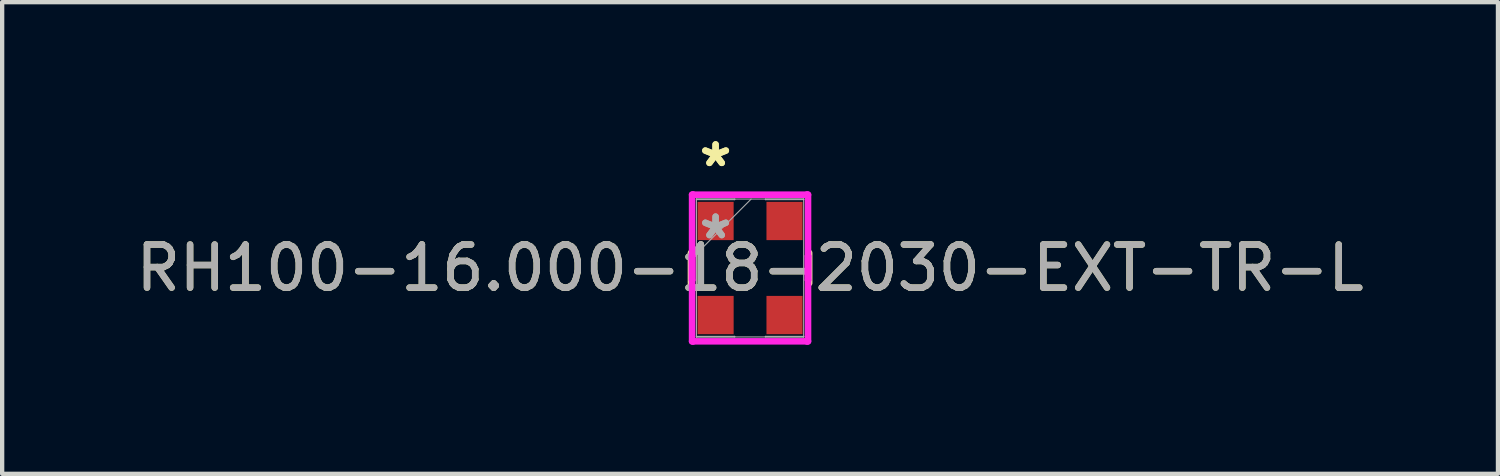
<source format=kicad_pcb>
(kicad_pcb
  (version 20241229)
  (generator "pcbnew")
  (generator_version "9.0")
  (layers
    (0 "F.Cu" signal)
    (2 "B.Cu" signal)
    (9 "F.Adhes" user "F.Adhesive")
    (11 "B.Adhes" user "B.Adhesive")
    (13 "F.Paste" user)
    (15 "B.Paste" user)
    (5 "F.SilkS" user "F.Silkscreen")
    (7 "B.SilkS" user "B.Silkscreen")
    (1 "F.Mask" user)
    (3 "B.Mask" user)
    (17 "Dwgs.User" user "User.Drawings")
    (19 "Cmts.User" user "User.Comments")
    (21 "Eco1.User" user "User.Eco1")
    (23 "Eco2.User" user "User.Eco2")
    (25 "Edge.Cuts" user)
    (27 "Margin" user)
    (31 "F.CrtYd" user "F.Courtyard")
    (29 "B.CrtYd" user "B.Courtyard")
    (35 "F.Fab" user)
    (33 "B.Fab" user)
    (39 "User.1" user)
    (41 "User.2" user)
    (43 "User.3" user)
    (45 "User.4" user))
  (footprint "RH100-16.000-18-2030-EXT-TR-L"
    (layer "F.Cu")
    (at 14.363 3.172)
    (property "Reference" "RH100-16.000-18-2030-EXT-TR-L" (at 0 0 0) (unlocked yes) (layer "F.SilkS") (effects (font (size 1 1) (thickness 0.15))))
    (attr smd)
    (fp_line (start -1.372 -0.352) (end -1.372 0.352) (stroke (width 0.152) (type solid)) (layer "F.SilkS"))
    (fp_line (start 1.372 0.352) (end 1.372 -0.352) (stroke (width 0.152) (type solid)) (layer "F.SilkS"))
    (fp_line (start -1.346 -1.702) (end -1.321 -1.702) (stroke (width 0.152) (type solid)) (layer "F.CrtYd"))
    (fp_line (start -1.346 -0.279) (end -1.346 -0.279) (stroke (width 0.152) (type solid)) (layer "F.CrtYd"))
    (fp_line (start -1.346 -0.279) (end -1.346 0.279) (stroke (width 0.152) (type solid)) (layer "F.CrtYd"))
    (fp_line (start -1.346 0.279) (end -1.346 -1.702) (stroke (width 0.152) (type solid)) (layer "F.CrtYd"))
    (fp_line (start -1.346 0.279) (end -1.346 0.279) (stroke (width 0.152) (type solid)) (layer "F.CrtYd"))
    (fp_line (start -1.346 1.702) (end -1.346 -0.279) (stroke (width 0.152) (type solid)) (layer "F.CrtYd"))
    (fp_line (start -1.321 -1.702) (end -1.321 -1.702) (stroke (width 0.152) (type solid)) (layer "F.CrtYd"))
    (fp_line (start -1.321 -1.702) (end 1.321 -1.702) (stroke (width 0.152) (type solid)) (layer "F.CrtYd"))
    (fp_line (start -1.321 1.702) (end -1.346 1.702) (stroke (width 0.152) (type solid)) (layer "F.CrtYd"))
    (fp_line (start -1.321 1.702) (end -1.321 1.702) (stroke (width 0.152) (type solid)) (layer "F.CrtYd"))
    (fp_line (start 1.321 -1.702) (end 1.321 -1.702) (stroke (width 0.152) (type solid)) (layer "F.CrtYd"))
    (fp_line (start 1.321 -1.702) (end 1.346 -1.702) (stroke (width 0.152) (type solid)) (layer "F.CrtYd"))
    (fp_line (start 1.321 1.702) (end -1.321 1.702) (stroke (width 0.152) (type solid)) (layer "F.CrtYd"))
    (fp_line (start 1.321 1.702) (end 1.321 1.702) (stroke (width 0.152) (type solid)) (layer "F.CrtYd"))
    (fp_line (start 1.346 -1.702) (end 1.346 0.279) (stroke (width 0.152) (type solid)) (layer "F.CrtYd"))
    (fp_line (start 1.346 -0.279) (end 1.346 -0.279) (stroke (width 0.152) (type solid)) (layer "F.CrtYd"))
    (fp_line (start 1.346 -0.279) (end 1.346 1.702) (stroke (width 0.152) (type solid)) (layer "F.CrtYd"))
    (fp_line (start 1.346 0.279) (end 1.346 -0.279) (stroke (width 0.152) (type solid)) (layer "F.CrtYd"))
    (fp_line (start 1.346 0.279) (end 1.346 0.279) (stroke (width 0.152) (type solid)) (layer "F.CrtYd"))
    (fp_line (start 1.346 1.702) (end 1.321 1.702) (stroke (width 0.152) (type solid)) (layer "F.CrtYd"))
    (fp_line (start -1.245 -1.6) (end -1.245 -1.6) (stroke (width 0.025) (type solid)) (layer "F.Fab"))
    (fp_line (start -1.245 -1.6) (end -1.245 1.6) (stroke (width 0.025) (type solid)) (layer "F.Fab"))
    (fp_line (start -1.245 -1.6) (end -0.356 -1.6) (stroke (width 0.025) (type solid)) (layer "F.Fab"))
    (fp_line (start -1.245 -1.587) (end -1.245 -1.6) (stroke (width 0.025) (type solid)) (layer "F.Fab"))
    (fp_line (start -1.245 -0.33) (end 0.025 -1.6) (stroke (width 0.025) (type solid)) (layer "F.Fab"))
    (fp_line (start -1.245 1.587) (end -0.356 1.587) (stroke (width 0.025) (type solid)) (layer "F.Fab"))
    (fp_line (start -1.245 1.6) (end -1.245 1.587) (stroke (width 0.025) (type solid)) (layer "F.Fab"))
    (fp_line (start -1.245 1.6) (end -1.245 1.6) (stroke (width 0.025) (type solid)) (layer "F.Fab"))
    (fp_line (start -1.245 1.6) (end 1.245 1.6) (stroke (width 0.025) (type solid)) (layer "F.Fab"))
    (fp_line (start -0.356 -1.6) (end -0.356 -1.587) (stroke (width 0.025) (type solid)) (layer "F.Fab"))
    (fp_line (start -0.356 -1.587) (end -1.245 -1.587) (stroke (width 0.025) (type solid)) (layer "F.Fab"))
    (fp_line (start -0.356 1.587) (end -0.356 1.6) (stroke (width 0.025) (type solid)) (layer "F.Fab"))
    (fp_line (start -0.356 1.6) (end -1.245 1.6) (stroke (width 0.025) (type solid)) (layer "F.Fab"))
    (fp_line (start 0.356 -1.6) (end 1.245 -1.6) (stroke (width 0.025) (type solid)) (layer "F.Fab"))
    (fp_line (start 0.356 -1.587) (end 0.356 -1.6) (stroke (width 0.025) (type solid)) (layer "F.Fab"))
    (fp_line (start 0.356 1.587) (end 1.245 1.587) (stroke (width 0.025) (type solid)) (layer "F.Fab"))
    (fp_line (start 0.356 1.6) (end 0.356 1.587) (stroke (width 0.025) (type solid)) (layer "F.Fab"))
    (fp_line (start 1.245 -1.6) (end -1.245 -1.6) (stroke (width 0.025) (type solid)) (layer "F.Fab"))
    (fp_line (start 1.245 -1.6) (end 1.245 -1.6) (stroke (width 0.025) (type solid)) (layer "F.Fab"))
    (fp_line (start 1.245 -1.6) (end 1.245 -1.587) (stroke (width 0.025) (type solid)) (layer "F.Fab"))
    (fp_line (start 1.245 -1.587) (end 0.356 -1.587) (stroke (width 0.025) (type solid)) (layer "F.Fab"))
    (fp_line (start 1.245 1.587) (end 1.245 1.6) (stroke (width 0.025) (type solid)) (layer "F.Fab"))
    (fp_line (start 1.245 1.6) (end 0.356 1.6) (stroke (width 0.025) (type solid)) (layer "F.Fab"))
    (fp_line (start 1.245 1.6) (end 1.245 -1.6) (stroke (width 0.025) (type solid)) (layer "F.Fab"))
    (fp_line (start 1.245 1.6) (end 1.245 1.6) (stroke (width 0.025) (type solid)) (layer "F.Fab"))
    (fp_text user "*" (at -0.8 -2.324 0) (layer "F.SilkS") (effects (font (size 1 1) (thickness 0.15))))
    (fp_text user "*" (at -0.8 -2.324 0) (unlocked yes) (layer "F.SilkS") (effects (font (size 1 1) (thickness 0.15))))
    (fp_text user "${REFERENCE}" (at 0 0 0) (unlocked yes) (layer "F.Fab") (effects (font (size 1 1) (thickness 0.15))))
    (fp_text user "*" (at -0.8 -0.648 0) (unlocked yes) (layer "F.Fab") (effects (font (size 1 1) (thickness 0.15))))
    (fp_text user "*" (at -0.8 -0.648 0) (layer "F.Fab") (effects (font (size 1 1) (thickness 0.15))))
    (pad "1" smd rect (at -0.8 -1.092) (size 0.838 0.889) (layers "F.Cu" "F.Mask" "F.Paste"))
    (pad "2" smd rect (at -0.8 1.092) (size 0.838 0.889) (layers "F.Cu" "F.Mask" "F.Paste"))
    (pad "3" smd rect (at 0.8 1.092) (size 0.838 0.889) (layers "F.Cu" "F.Mask" "F.Paste"))
    (pad "4" smd rect (at 0.8 -1.092) (size 0.838 0.889) (layers "F.Cu" "F.Mask" "F.Paste")))
  (gr_rect
    (start -3 -3)
    (end 31.726 7.95)
    (stroke (width 0.1) (type default))
    (fill no)
    (layer "Edge.Cuts")))
</source>
